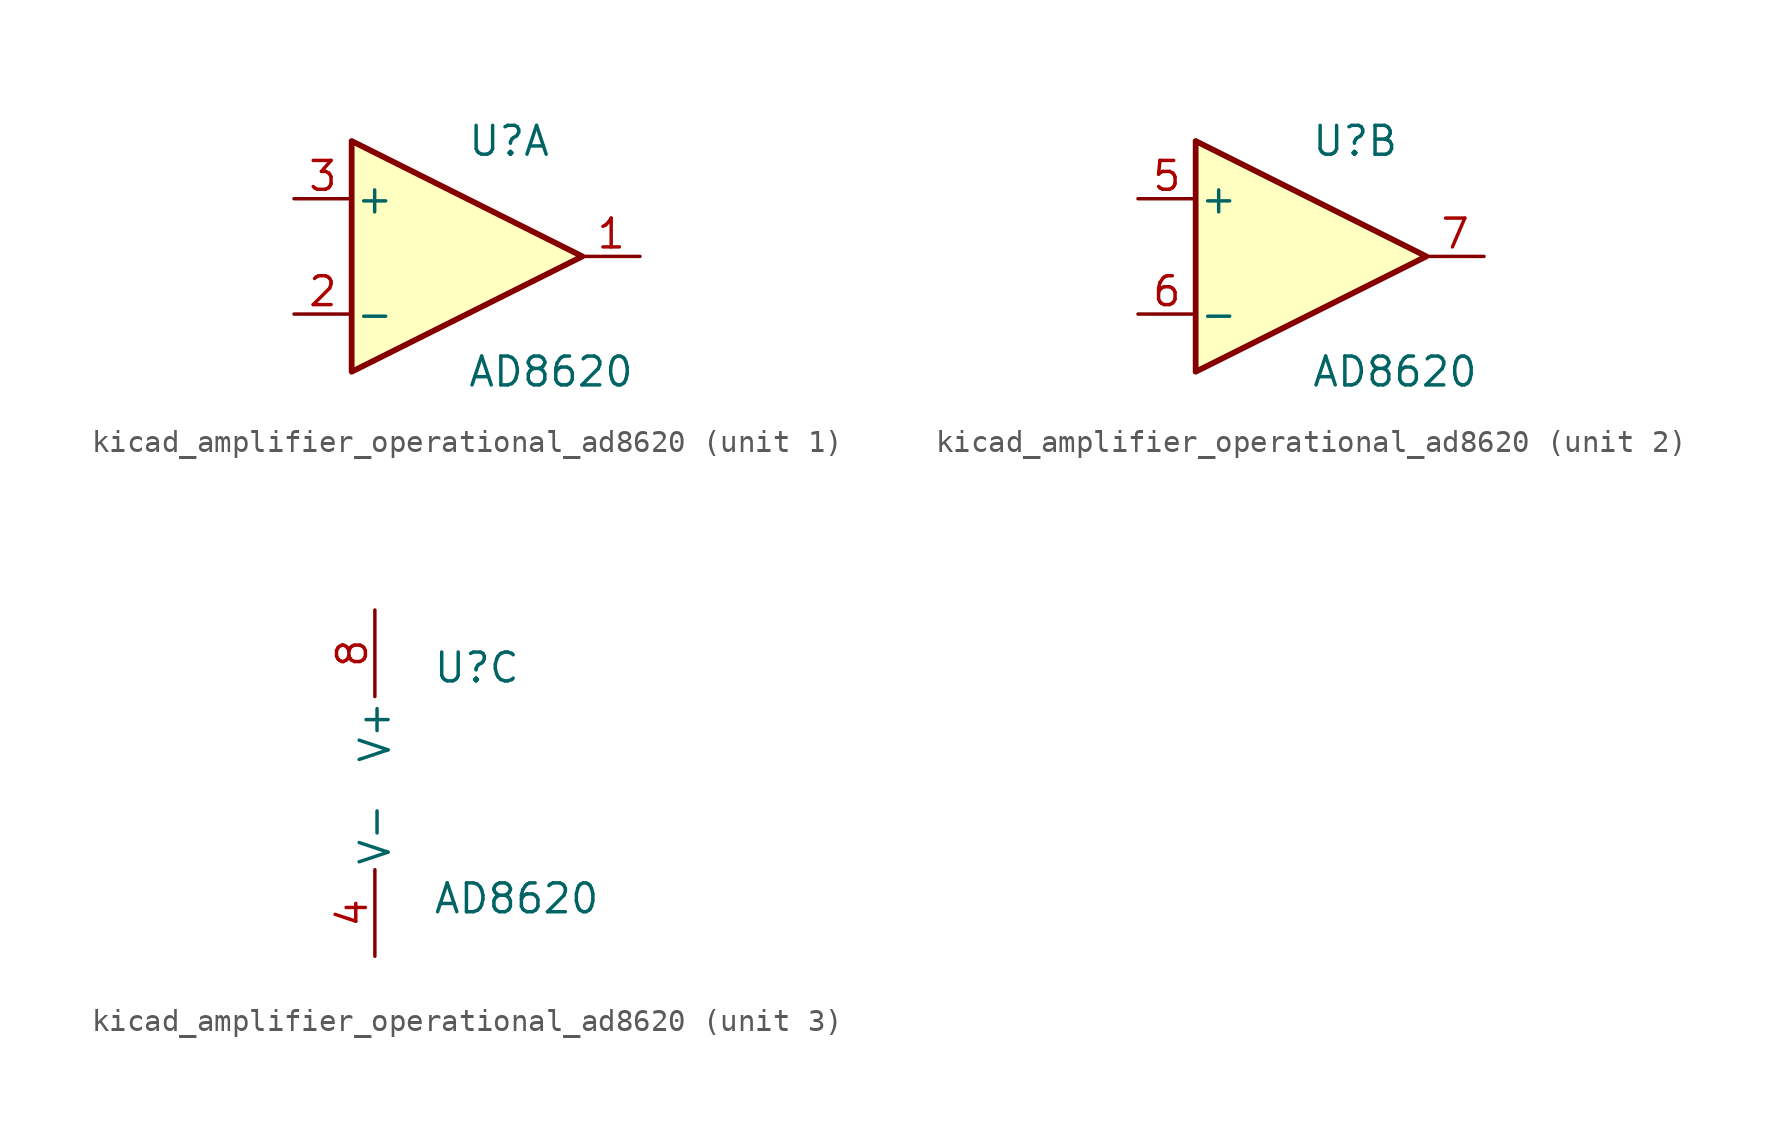
<source format=kicad_sym>
(kicad_symbol_lib
  (version 20220914)
  (generator kicad_symbol_editor)
  (symbol "kicad_amplifier_operational_ad8620"
    (pin_names
      (offset 0.127))
    (property "Reference" "U"
      (at 0 5.08 0)
      (effects (font (size 1.27 1.27)) (justify left)))
    (property "Value" "AD8620"
      (at 0 -5.08 0)
      (effects (font (size 1.27 1.27)) (justify left)))
    (property "ki_locked" ""
      (at 0 0 0)
      (effects (font (size 1.27 1.27))))
    (symbol "kicad_amplifier_operational_ad8620_1_1"
      (polyline (pts (xy -5.08 5.08) (xy 5.08 0) (xy -5.08 -5.08) (xy -5.08 5.08)) (stroke (width 0.254) (type default)) (fill (type background)))
      (pin output line (at 7.62 0 180) (length 2.54) (name "~" (effects (font (size 1.27 1.27)))) (number "1" (effects (font (size 1.27 1.27)))))
      (pin input line (at -7.62 -2.54 0) (length 2.54) (name "-" (effects (font (size 1.27 1.27)))) (number "2" (effects (font (size 1.27 1.27)))))
      (pin input line (at -7.62 2.54 0) (length 2.54) (name "+" (effects (font (size 1.27 1.27)))) (number "3" (effects (font (size 1.27 1.27))))))
    (symbol "kicad_amplifier_operational_ad8620_2_1"
      (polyline (pts (xy -5.08 5.08) (xy 5.08 0) (xy -5.08 -5.08) (xy -5.08 5.08)) (stroke (width 0.254) (type default)) (fill (type background)))
      (pin input line (at -7.62 2.54 0) (length 2.54) (name "+" (effects (font (size 1.27 1.27)))) (number "5" (effects (font (size 1.27 1.27)))))
      (pin input line (at -7.62 -2.54 0) (length 2.54) (name "-" (effects (font (size 1.27 1.27)))) (number "6" (effects (font (size 1.27 1.27)))))
      (pin output line (at 7.62 0 180) (length 2.54) (name "~" (effects (font (size 1.27 1.27)))) (number "7" (effects (font (size 1.27 1.27))))))
    (symbol "kicad_amplifier_operational_ad8620_3_1"
      (pin power_in line (at -2.54 -7.62 90) (length 3.81) (name "V-" (effects (font (size 1.27 1.27)))) (number "4" (effects (font (size 1.27 1.27)))))
      (pin power_in line (at -2.54 7.62 270) (length 3.81) (name "V+" (effects (font (size 1.27 1.27)))) (number "8" (effects (font (size 1.27 1.27))))))))
</source>
